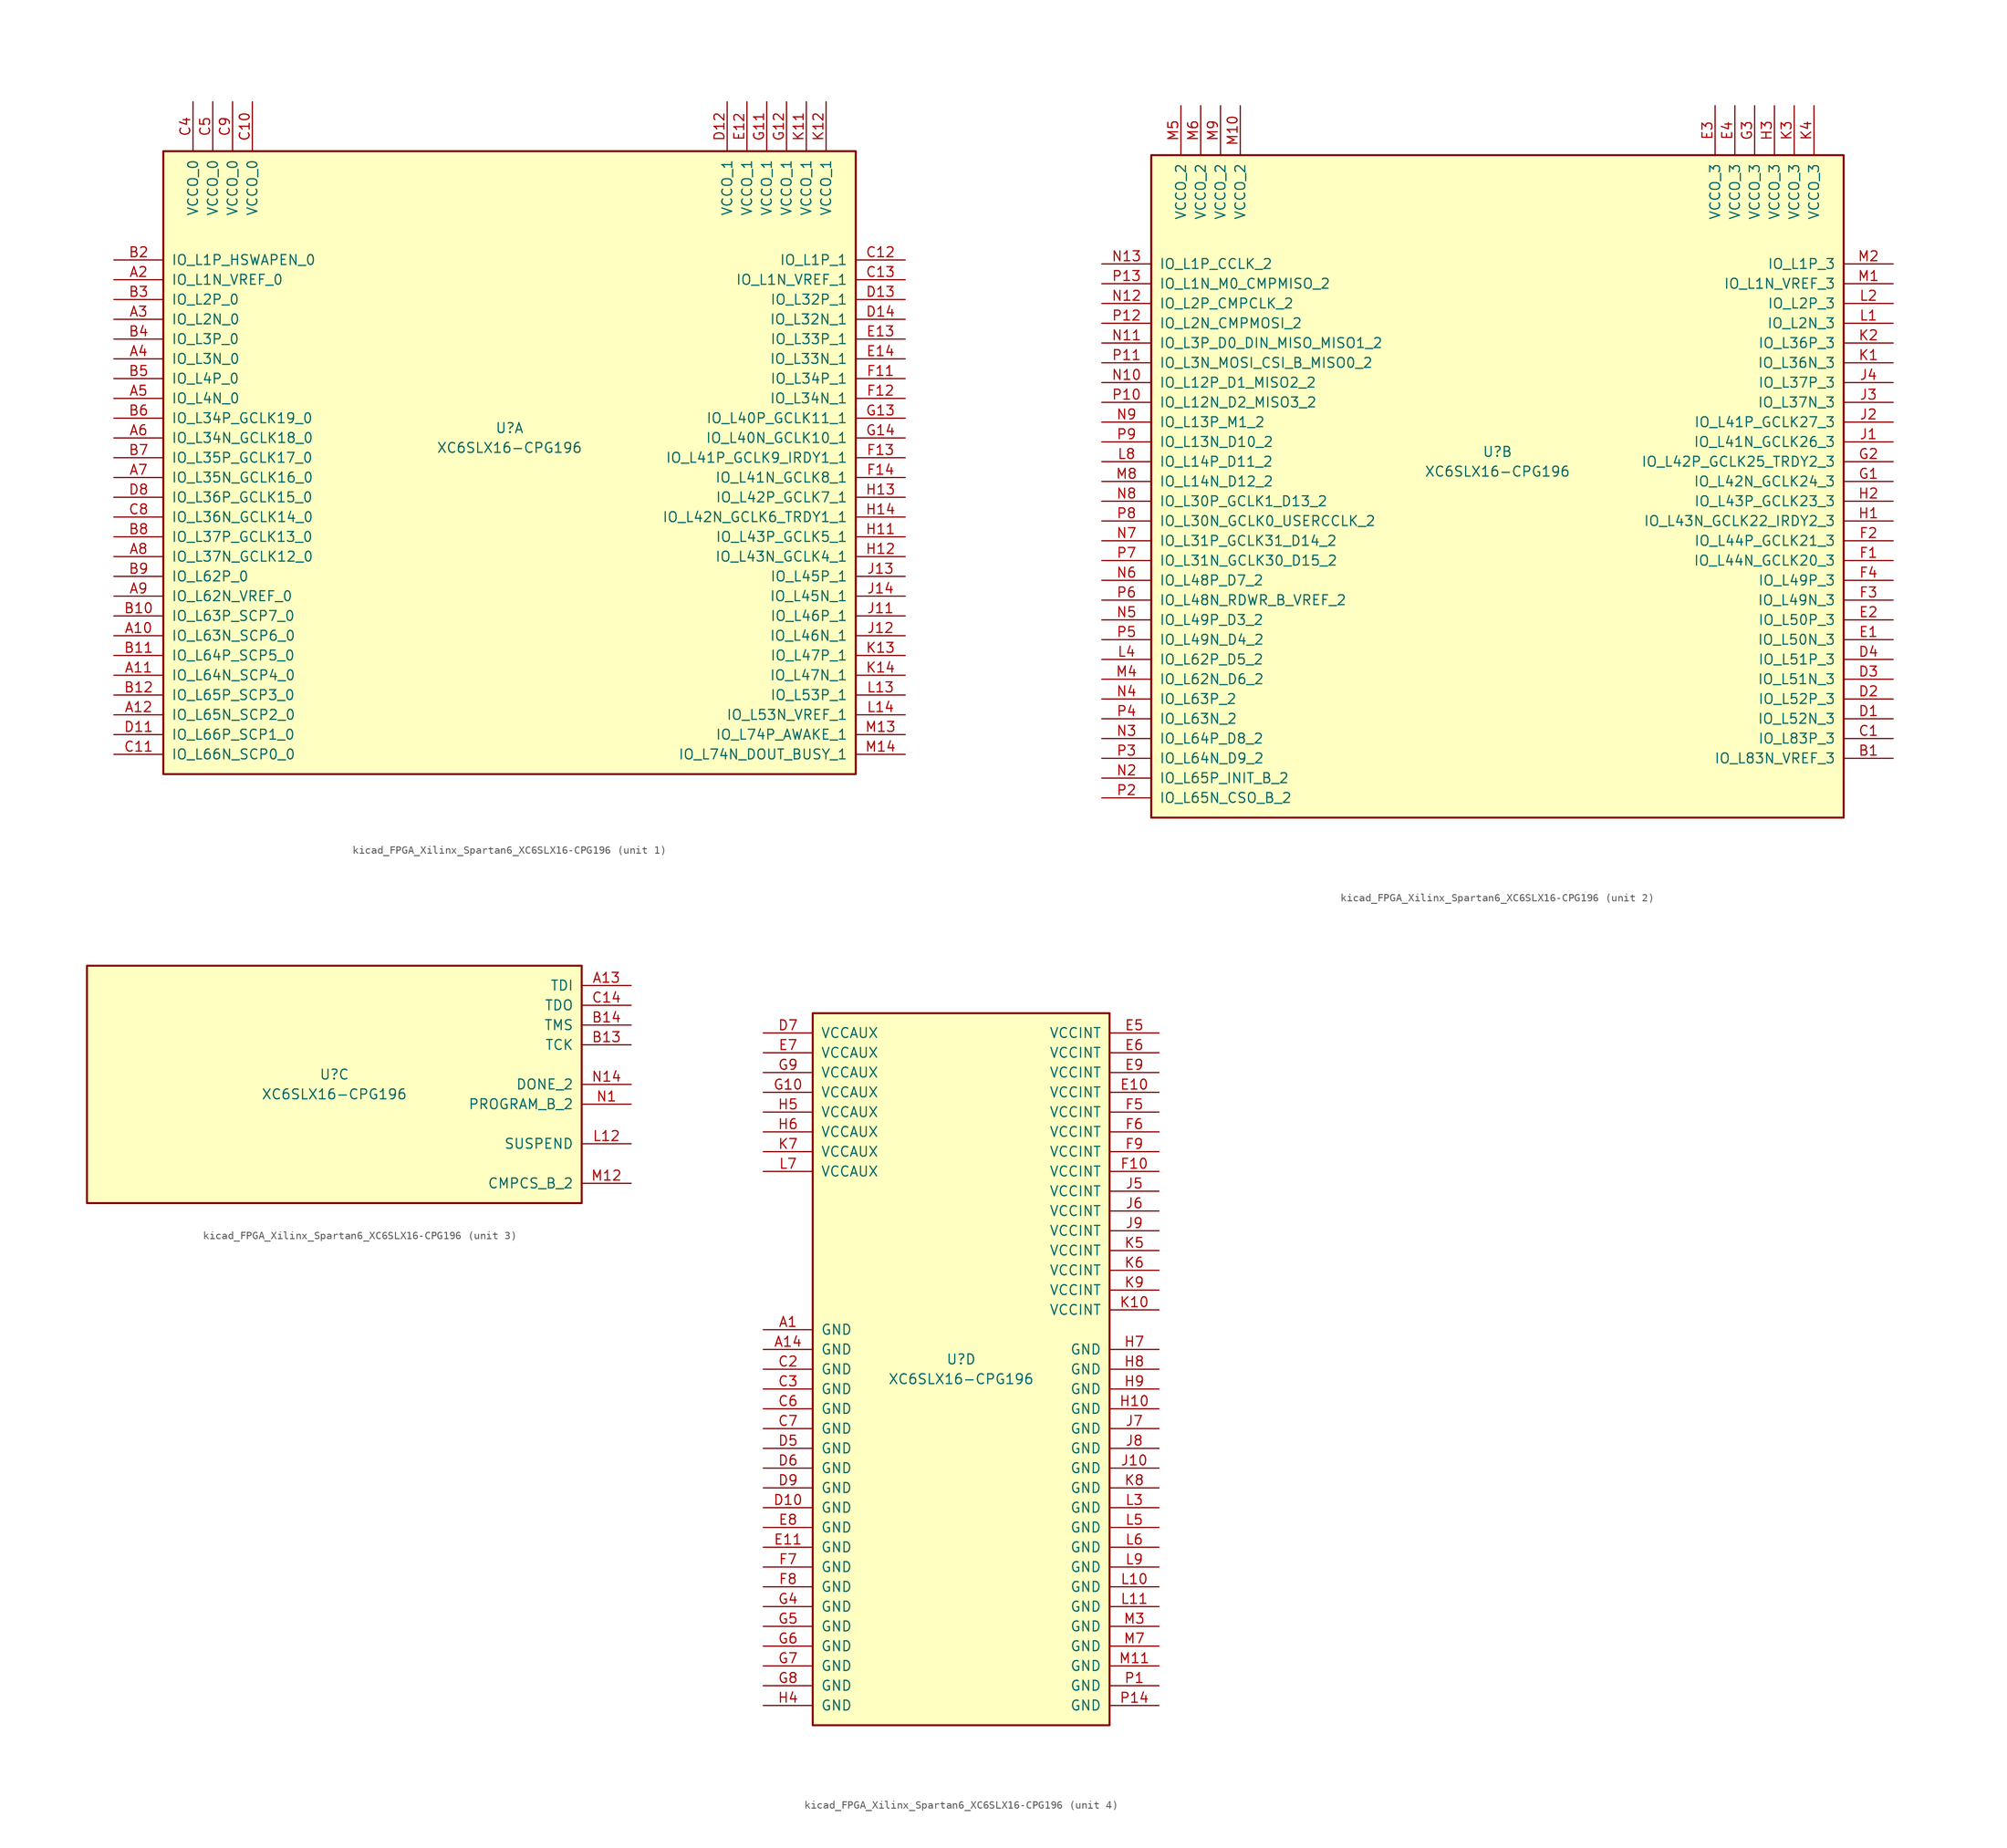
<source format=kicad_sym>
(kicad_symbol_lib
  (version 20220914)
  (generator kicad_symbol_editor)
  (symbol "kicad_FPGA_Xilinx_Spartan6_XC6SLX16-CPG196"
    (pin_names
      (offset 1.016))
    (property "Reference" "U"
      (at 0 1.27 0)
      (effects (font (size 1.27 1.27))))
    (property "Value" "XC6SLX16-CPG196"
      (at 0 -1.27 0)
      (effects (font (size 1.27 1.27))))
    (property "Datasheet" ""
      (at 0 0 0)
      (effects (font (size 1.27 1.27))))
    (property "ki_locked" ""
      (at 0 0 0)
      (effects (font (size 1.27 1.27))))
    (symbol "kicad_FPGA_Xilinx_Spartan6_XC6SLX16-CPG196_1_1"
      (rectangle (start -44.45 36.83) (end 44.45 -43.18) (stroke (width 0.254) (type default)) (fill (type background)))
      (pin bidirectional line (at -50.8 -25.4 0) (length 6.35) (name "IO_L63N_SCP6_0" (effects (font (size 1.27 1.27)))) (number "A10" (effects (font (size 1.27 1.27)))))
      (pin bidirectional line (at -50.8 -30.48 0) (length 6.35) (name "IO_L64N_SCP4_0" (effects (font (size 1.27 1.27)))) (number "A11" (effects (font (size 1.27 1.27)))))
      (pin bidirectional line (at -50.8 -35.56 0) (length 6.35) (name "IO_L65N_SCP2_0" (effects (font (size 1.27 1.27)))) (number "A12" (effects (font (size 1.27 1.27)))))
      (pin bidirectional line (at -50.8 20.32 0) (length 6.35) (name "IO_L1N_VREF_0" (effects (font (size 1.27 1.27)))) (number "A2" (effects (font (size 1.27 1.27)))))
      (pin bidirectional line (at -50.8 15.24 0) (length 6.35) (name "IO_L2N_0" (effects (font (size 1.27 1.27)))) (number "A3" (effects (font (size 1.27 1.27)))))
      (pin bidirectional line (at -50.8 10.16 0) (length 6.35) (name "IO_L3N_0" (effects (font (size 1.27 1.27)))) (number "A4" (effects (font (size 1.27 1.27)))))
      (pin bidirectional line (at -50.8 5.08 0) (length 6.35) (name "IO_L4N_0" (effects (font (size 1.27 1.27)))) (number "A5" (effects (font (size 1.27 1.27)))))
      (pin bidirectional line (at -50.8 0 0) (length 6.35) (name "IO_L34N_GCLK18_0" (effects (font (size 1.27 1.27)))) (number "A6" (effects (font (size 1.27 1.27)))))
      (pin bidirectional line (at -50.8 -5.08 0) (length 6.35) (name "IO_L35N_GCLK16_0" (effects (font (size 1.27 1.27)))) (number "A7" (effects (font (size 1.27 1.27)))))
      (pin bidirectional line (at -50.8 -15.24 0) (length 6.35) (name "IO_L37N_GCLK12_0" (effects (font (size 1.27 1.27)))) (number "A8" (effects (font (size 1.27 1.27)))))
      (pin bidirectional line (at -50.8 -20.32 0) (length 6.35) (name "IO_L62N_VREF_0" (effects (font (size 1.27 1.27)))) (number "A9" (effects (font (size 1.27 1.27)))))
      (pin bidirectional line (at -50.8 -22.86 0) (length 6.35) (name "IO_L63P_SCP7_0" (effects (font (size 1.27 1.27)))) (number "B10" (effects (font (size 1.27 1.27)))))
      (pin bidirectional line (at -50.8 -27.94 0) (length 6.35) (name "IO_L64P_SCP5_0" (effects (font (size 1.27 1.27)))) (number "B11" (effects (font (size 1.27 1.27)))))
      (pin bidirectional line (at -50.8 -33.02 0) (length 6.35) (name "IO_L65P_SCP3_0" (effects (font (size 1.27 1.27)))) (number "B12" (effects (font (size 1.27 1.27)))))
      (pin bidirectional line (at -50.8 22.86 0) (length 6.35) (name "IO_L1P_HSWAPEN_0" (effects (font (size 1.27 1.27)))) (number "B2" (effects (font (size 1.27 1.27)))))
      (pin bidirectional line (at -50.8 17.78 0) (length 6.35) (name "IO_L2P_0" (effects (font (size 1.27 1.27)))) (number "B3" (effects (font (size 1.27 1.27)))))
      (pin bidirectional line (at -50.8 12.7 0) (length 6.35) (name "IO_L3P_0" (effects (font (size 1.27 1.27)))) (number "B4" (effects (font (size 1.27 1.27)))))
      (pin bidirectional line (at -50.8 7.62 0) (length 6.35) (name "IO_L4P_0" (effects (font (size 1.27 1.27)))) (number "B5" (effects (font (size 1.27 1.27)))))
      (pin bidirectional line (at -50.8 2.54 0) (length 6.35) (name "IO_L34P_GCLK19_0" (effects (font (size 1.27 1.27)))) (number "B6" (effects (font (size 1.27 1.27)))))
      (pin bidirectional line (at -50.8 -2.54 0) (length 6.35) (name "IO_L35P_GCLK17_0" (effects (font (size 1.27 1.27)))) (number "B7" (effects (font (size 1.27 1.27)))))
      (pin bidirectional line (at -50.8 -12.7 0) (length 6.35) (name "IO_L37P_GCLK13_0" (effects (font (size 1.27 1.27)))) (number "B8" (effects (font (size 1.27 1.27)))))
      (pin bidirectional line (at -50.8 -17.78 0) (length 6.35) (name "IO_L62P_0" (effects (font (size 1.27 1.27)))) (number "B9" (effects (font (size 1.27 1.27)))))
      (pin power_in line (at -33.02 43.18 270) (length 6.35) (name "VCCO_0" (effects (font (size 1.27 1.27)))) (number "C10" (effects (font (size 1.27 1.27)))))
      (pin bidirectional line (at -50.8 -40.64 0) (length 6.35) (name "IO_L66N_SCP0_0" (effects (font (size 1.27 1.27)))) (number "C11" (effects (font (size 1.27 1.27)))))
      (pin bidirectional line (at 50.8 22.86 180) (length 6.35) (name "IO_L1P_1" (effects (font (size 1.27 1.27)))) (number "C12" (effects (font (size 1.27 1.27)))))
      (pin bidirectional line (at 50.8 20.32 180) (length 6.35) (name "IO_L1N_VREF_1" (effects (font (size 1.27 1.27)))) (number "C13" (effects (font (size 1.27 1.27)))))
      (pin power_in line (at -40.64 43.18 270) (length 6.35) (name "VCCO_0" (effects (font (size 1.27 1.27)))) (number "C4" (effects (font (size 1.27 1.27)))))
      (pin power_in line (at -38.1 43.18 270) (length 6.35) (name "VCCO_0" (effects (font (size 1.27 1.27)))) (number "C5" (effects (font (size 1.27 1.27)))))
      (pin bidirectional line (at -50.8 -10.16 0) (length 6.35) (name "IO_L36N_GCLK14_0" (effects (font (size 1.27 1.27)))) (number "C8" (effects (font (size 1.27 1.27)))))
      (pin power_in line (at -35.56 43.18 270) (length 6.35) (name "VCCO_0" (effects (font (size 1.27 1.27)))) (number "C9" (effects (font (size 1.27 1.27)))))
      (pin bidirectional line (at -50.8 -38.1 0) (length 6.35) (name "IO_L66P_SCP1_0" (effects (font (size 1.27 1.27)))) (number "D11" (effects (font (size 1.27 1.27)))))
      (pin power_in line (at 27.94 43.18 270) (length 6.35) (name "VCCO_1" (effects (font (size 1.27 1.27)))) (number "D12" (effects (font (size 1.27 1.27)))))
      (pin bidirectional line (at 50.8 17.78 180) (length 6.35) (name "IO_L32P_1" (effects (font (size 1.27 1.27)))) (number "D13" (effects (font (size 1.27 1.27)))))
      (pin bidirectional line (at 50.8 15.24 180) (length 6.35) (name "IO_L32N_1" (effects (font (size 1.27 1.27)))) (number "D14" (effects (font (size 1.27 1.27)))))
      (pin bidirectional line (at -50.8 -7.62 0) (length 6.35) (name "IO_L36P_GCLK15_0" (effects (font (size 1.27 1.27)))) (number "D8" (effects (font (size 1.27 1.27)))))
      (pin power_in line (at 30.48 43.18 270) (length 6.35) (name "VCCO_1" (effects (font (size 1.27 1.27)))) (number "E12" (effects (font (size 1.27 1.27)))))
      (pin bidirectional line (at 50.8 12.7 180) (length 6.35) (name "IO_L33P_1" (effects (font (size 1.27 1.27)))) (number "E13" (effects (font (size 1.27 1.27)))))
      (pin bidirectional line (at 50.8 10.16 180) (length 6.35) (name "IO_L33N_1" (effects (font (size 1.27 1.27)))) (number "E14" (effects (font (size 1.27 1.27)))))
      (pin bidirectional line (at 50.8 7.62 180) (length 6.35) (name "IO_L34P_1" (effects (font (size 1.27 1.27)))) (number "F11" (effects (font (size 1.27 1.27)))))
      (pin bidirectional line (at 50.8 5.08 180) (length 6.35) (name "IO_L34N_1" (effects (font (size 1.27 1.27)))) (number "F12" (effects (font (size 1.27 1.27)))))
      (pin bidirectional line (at 50.8 -2.54 180) (length 6.35) (name "IO_L41P_GCLK9_IRDY1_1" (effects (font (size 1.27 1.27)))) (number "F13" (effects (font (size 1.27 1.27)))))
      (pin bidirectional line (at 50.8 -5.08 180) (length 6.35) (name "IO_L41N_GCLK8_1" (effects (font (size 1.27 1.27)))) (number "F14" (effects (font (size 1.27 1.27)))))
      (pin power_in line (at 33.02 43.18 270) (length 6.35) (name "VCCO_1" (effects (font (size 1.27 1.27)))) (number "G11" (effects (font (size 1.27 1.27)))))
      (pin power_in line (at 35.56 43.18 270) (length 6.35) (name "VCCO_1" (effects (font (size 1.27 1.27)))) (number "G12" (effects (font (size 1.27 1.27)))))
      (pin bidirectional line (at 50.8 2.54 180) (length 6.35) (name "IO_L40P_GCLK11_1" (effects (font (size 1.27 1.27)))) (number "G13" (effects (font (size 1.27 1.27)))))
      (pin bidirectional line (at 50.8 0 180) (length 6.35) (name "IO_L40N_GCLK10_1" (effects (font (size 1.27 1.27)))) (number "G14" (effects (font (size 1.27 1.27)))))
      (pin bidirectional line (at 50.8 -12.7 180) (length 6.35) (name "IO_L43P_GCLK5_1" (effects (font (size 1.27 1.27)))) (number "H11" (effects (font (size 1.27 1.27)))))
      (pin bidirectional line (at 50.8 -15.24 180) (length 6.35) (name "IO_L43N_GCLK4_1" (effects (font (size 1.27 1.27)))) (number "H12" (effects (font (size 1.27 1.27)))))
      (pin bidirectional line (at 50.8 -7.62 180) (length 6.35) (name "IO_L42P_GCLK7_1" (effects (font (size 1.27 1.27)))) (number "H13" (effects (font (size 1.27 1.27)))))
      (pin bidirectional line (at 50.8 -10.16 180) (length 6.35) (name "IO_L42N_GCLK6_TRDY1_1" (effects (font (size 1.27 1.27)))) (number "H14" (effects (font (size 1.27 1.27)))))
      (pin bidirectional line (at 50.8 -22.86 180) (length 6.35) (name "IO_L46P_1" (effects (font (size 1.27 1.27)))) (number "J11" (effects (font (size 1.27 1.27)))))
      (pin bidirectional line (at 50.8 -25.4 180) (length 6.35) (name "IO_L46N_1" (effects (font (size 1.27 1.27)))) (number "J12" (effects (font (size 1.27 1.27)))))
      (pin bidirectional line (at 50.8 -17.78 180) (length 6.35) (name "IO_L45P_1" (effects (font (size 1.27 1.27)))) (number "J13" (effects (font (size 1.27 1.27)))))
      (pin bidirectional line (at 50.8 -20.32 180) (length 6.35) (name "IO_L45N_1" (effects (font (size 1.27 1.27)))) (number "J14" (effects (font (size 1.27 1.27)))))
      (pin power_in line (at 38.1 43.18 270) (length 6.35) (name "VCCO_1" (effects (font (size 1.27 1.27)))) (number "K11" (effects (font (size 1.27 1.27)))))
      (pin power_in line (at 40.64 43.18 270) (length 6.35) (name "VCCO_1" (effects (font (size 1.27 1.27)))) (number "K12" (effects (font (size 1.27 1.27)))))
      (pin bidirectional line (at 50.8 -27.94 180) (length 6.35) (name "IO_L47P_1" (effects (font (size 1.27 1.27)))) (number "K13" (effects (font (size 1.27 1.27)))))
      (pin bidirectional line (at 50.8 -30.48 180) (length 6.35) (name "IO_L47N_1" (effects (font (size 1.27 1.27)))) (number "K14" (effects (font (size 1.27 1.27)))))
      (pin bidirectional line (at 50.8 -33.02 180) (length 6.35) (name "IO_L53P_1" (effects (font (size 1.27 1.27)))) (number "L13" (effects (font (size 1.27 1.27)))))
      (pin bidirectional line (at 50.8 -35.56 180) (length 6.35) (name "IO_L53N_VREF_1" (effects (font (size 1.27 1.27)))) (number "L14" (effects (font (size 1.27 1.27)))))
      (pin bidirectional line (at 50.8 -38.1 180) (length 6.35) (name "IO_L74P_AWAKE_1" (effects (font (size 1.27 1.27)))) (number "M13" (effects (font (size 1.27 1.27)))))
      (pin bidirectional line (at 50.8 -40.64 180) (length 6.35) (name "IO_L74N_DOUT_BUSY_1" (effects (font (size 1.27 1.27)))) (number "M14" (effects (font (size 1.27 1.27))))))
    (symbol "kicad_FPGA_Xilinx_Spartan6_XC6SLX16-CPG196_2_1"
      (rectangle (start -44.45 39.37) (end 44.45 -45.72) (stroke (width 0.254) (type default)) (fill (type background)))
      (pin bidirectional line (at 50.8 -38.1 180) (length 6.35) (name "IO_L83N_VREF_3" (effects (font (size 1.27 1.27)))) (number "B1" (effects (font (size 1.27 1.27)))))
      (pin bidirectional line (at 50.8 -35.56 180) (length 6.35) (name "IO_L83P_3" (effects (font (size 1.27 1.27)))) (number "C1" (effects (font (size 1.27 1.27)))))
      (pin bidirectional line (at 50.8 -33.02 180) (length 6.35) (name "IO_L52N_3" (effects (font (size 1.27 1.27)))) (number "D1" (effects (font (size 1.27 1.27)))))
      (pin bidirectional line (at 50.8 -30.48 180) (length 6.35) (name "IO_L52P_3" (effects (font (size 1.27 1.27)))) (number "D2" (effects (font (size 1.27 1.27)))))
      (pin bidirectional line (at 50.8 -27.94 180) (length 6.35) (name "IO_L51N_3" (effects (font (size 1.27 1.27)))) (number "D3" (effects (font (size 1.27 1.27)))))
      (pin bidirectional line (at 50.8 -25.4 180) (length 6.35) (name "IO_L51P_3" (effects (font (size 1.27 1.27)))) (number "D4" (effects (font (size 1.27 1.27)))))
      (pin bidirectional line (at 50.8 -22.86 180) (length 6.35) (name "IO_L50N_3" (effects (font (size 1.27 1.27)))) (number "E1" (effects (font (size 1.27 1.27)))))
      (pin bidirectional line (at 50.8 -20.32 180) (length 6.35) (name "IO_L50P_3" (effects (font (size 1.27 1.27)))) (number "E2" (effects (font (size 1.27 1.27)))))
      (pin power_in line (at 27.94 45.72 270) (length 6.35) (name "VCCO_3" (effects (font (size 1.27 1.27)))) (number "E3" (effects (font (size 1.27 1.27)))))
      (pin power_in line (at 30.48 45.72 270) (length 6.35) (name "VCCO_3" (effects (font (size 1.27 1.27)))) (number "E4" (effects (font (size 1.27 1.27)))))
      (pin bidirectional line (at 50.8 -12.7 180) (length 6.35) (name "IO_L44N_GCLK20_3" (effects (font (size 1.27 1.27)))) (number "F1" (effects (font (size 1.27 1.27)))))
      (pin bidirectional line (at 50.8 -10.16 180) (length 6.35) (name "IO_L44P_GCLK21_3" (effects (font (size 1.27 1.27)))) (number "F2" (effects (font (size 1.27 1.27)))))
      (pin bidirectional line (at 50.8 -17.78 180) (length 6.35) (name "IO_L49N_3" (effects (font (size 1.27 1.27)))) (number "F3" (effects (font (size 1.27 1.27)))))
      (pin bidirectional line (at 50.8 -15.24 180) (length 6.35) (name "IO_L49P_3" (effects (font (size 1.27 1.27)))) (number "F4" (effects (font (size 1.27 1.27)))))
      (pin bidirectional line (at 50.8 -2.54 180) (length 6.35) (name "IO_L42N_GCLK24_3" (effects (font (size 1.27 1.27)))) (number "G1" (effects (font (size 1.27 1.27)))))
      (pin bidirectional line (at 50.8 0 180) (length 6.35) (name "IO_L42P_GCLK25_TRDY2_3" (effects (font (size 1.27 1.27)))) (number "G2" (effects (font (size 1.27 1.27)))))
      (pin power_in line (at 33.02 45.72 270) (length 6.35) (name "VCCO_3" (effects (font (size 1.27 1.27)))) (number "G3" (effects (font (size 1.27 1.27)))))
      (pin bidirectional line (at 50.8 -7.62 180) (length 6.35) (name "IO_L43N_GCLK22_IRDY2_3" (effects (font (size 1.27 1.27)))) (number "H1" (effects (font (size 1.27 1.27)))))
      (pin bidirectional line (at 50.8 -5.08 180) (length 6.35) (name "IO_L43P_GCLK23_3" (effects (font (size 1.27 1.27)))) (number "H2" (effects (font (size 1.27 1.27)))))
      (pin power_in line (at 35.56 45.72 270) (length 6.35) (name "VCCO_3" (effects (font (size 1.27 1.27)))) (number "H3" (effects (font (size 1.27 1.27)))))
      (pin bidirectional line (at 50.8 2.54 180) (length 6.35) (name "IO_L41N_GCLK26_3" (effects (font (size 1.27 1.27)))) (number "J1" (effects (font (size 1.27 1.27)))))
      (pin bidirectional line (at 50.8 5.08 180) (length 6.35) (name "IO_L41P_GCLK27_3" (effects (font (size 1.27 1.27)))) (number "J2" (effects (font (size 1.27 1.27)))))
      (pin bidirectional line (at 50.8 7.62 180) (length 6.35) (name "IO_L37N_3" (effects (font (size 1.27 1.27)))) (number "J3" (effects (font (size 1.27 1.27)))))
      (pin bidirectional line (at 50.8 10.16 180) (length 6.35) (name "IO_L37P_3" (effects (font (size 1.27 1.27)))) (number "J4" (effects (font (size 1.27 1.27)))))
      (pin bidirectional line (at 50.8 12.7 180) (length 6.35) (name "IO_L36N_3" (effects (font (size 1.27 1.27)))) (number "K1" (effects (font (size 1.27 1.27)))))
      (pin bidirectional line (at 50.8 15.24 180) (length 6.35) (name "IO_L36P_3" (effects (font (size 1.27 1.27)))) (number "K2" (effects (font (size 1.27 1.27)))))
      (pin power_in line (at 38.1 45.72 270) (length 6.35) (name "VCCO_3" (effects (font (size 1.27 1.27)))) (number "K3" (effects (font (size 1.27 1.27)))))
      (pin power_in line (at 40.64 45.72 270) (length 6.35) (name "VCCO_3" (effects (font (size 1.27 1.27)))) (number "K4" (effects (font (size 1.27 1.27)))))
      (pin bidirectional line (at 50.8 17.78 180) (length 6.35) (name "IO_L2N_3" (effects (font (size 1.27 1.27)))) (number "L1" (effects (font (size 1.27 1.27)))))
      (pin bidirectional line (at 50.8 20.32 180) (length 6.35) (name "IO_L2P_3" (effects (font (size 1.27 1.27)))) (number "L2" (effects (font (size 1.27 1.27)))))
      (pin bidirectional line (at -50.8 -25.4 0) (length 6.35) (name "IO_L62P_D5_2" (effects (font (size 1.27 1.27)))) (number "L4" (effects (font (size 1.27 1.27)))))
      (pin bidirectional line (at -50.8 0 0) (length 6.35) (name "IO_L14P_D11_2" (effects (font (size 1.27 1.27)))) (number "L8" (effects (font (size 1.27 1.27)))))
      (pin bidirectional line (at 50.8 22.86 180) (length 6.35) (name "IO_L1N_VREF_3" (effects (font (size 1.27 1.27)))) (number "M1" (effects (font (size 1.27 1.27)))))
      (pin power_in line (at -33.02 45.72 270) (length 6.35) (name "VCCO_2" (effects (font (size 1.27 1.27)))) (number "M10" (effects (font (size 1.27 1.27)))))
      (pin bidirectional line (at 50.8 25.4 180) (length 6.35) (name "IO_L1P_3" (effects (font (size 1.27 1.27)))) (number "M2" (effects (font (size 1.27 1.27)))))
      (pin bidirectional line (at -50.8 -27.94 0) (length 6.35) (name "IO_L62N_D6_2" (effects (font (size 1.27 1.27)))) (number "M4" (effects (font (size 1.27 1.27)))))
      (pin power_in line (at -40.64 45.72 270) (length 6.35) (name "VCCO_2" (effects (font (size 1.27 1.27)))) (number "M5" (effects (font (size 1.27 1.27)))))
      (pin power_in line (at -38.1 45.72 270) (length 6.35) (name "VCCO_2" (effects (font (size 1.27 1.27)))) (number "M6" (effects (font (size 1.27 1.27)))))
      (pin bidirectional line (at -50.8 -2.54 0) (length 6.35) (name "IO_L14N_D12_2" (effects (font (size 1.27 1.27)))) (number "M8" (effects (font (size 1.27 1.27)))))
      (pin power_in line (at -35.56 45.72 270) (length 6.35) (name "VCCO_2" (effects (font (size 1.27 1.27)))) (number "M9" (effects (font (size 1.27 1.27)))))
      (pin bidirectional line (at -50.8 10.16 0) (length 6.35) (name "IO_L12P_D1_MISO2_2" (effects (font (size 1.27 1.27)))) (number "N10" (effects (font (size 1.27 1.27)))))
      (pin bidirectional line (at -50.8 15.24 0) (length 6.35) (name "IO_L3P_D0_DIN_MISO_MISO1_2" (effects (font (size 1.27 1.27)))) (number "N11" (effects (font (size 1.27 1.27)))))
      (pin bidirectional line (at -50.8 20.32 0) (length 6.35) (name "IO_L2P_CMPCLK_2" (effects (font (size 1.27 1.27)))) (number "N12" (effects (font (size 1.27 1.27)))))
      (pin bidirectional line (at -50.8 25.4 0) (length 6.35) (name "IO_L1P_CCLK_2" (effects (font (size 1.27 1.27)))) (number "N13" (effects (font (size 1.27 1.27)))))
      (pin bidirectional line (at -50.8 -40.64 0) (length 6.35) (name "IO_L65P_INIT_B_2" (effects (font (size 1.27 1.27)))) (number "N2" (effects (font (size 1.27 1.27)))))
      (pin bidirectional line (at -50.8 -35.56 0) (length 6.35) (name "IO_L64P_D8_2" (effects (font (size 1.27 1.27)))) (number "N3" (effects (font (size 1.27 1.27)))))
      (pin bidirectional line (at -50.8 -30.48 0) (length 6.35) (name "IO_L63P_2" (effects (font (size 1.27 1.27)))) (number "N4" (effects (font (size 1.27 1.27)))))
      (pin bidirectional line (at -50.8 -20.32 0) (length 6.35) (name "IO_L49P_D3_2" (effects (font (size 1.27 1.27)))) (number "N5" (effects (font (size 1.27 1.27)))))
      (pin bidirectional line (at -50.8 -15.24 0) (length 6.35) (name "IO_L48P_D7_2" (effects (font (size 1.27 1.27)))) (number "N6" (effects (font (size 1.27 1.27)))))
      (pin bidirectional line (at -50.8 -10.16 0) (length 6.35) (name "IO_L31P_GCLK31_D14_2" (effects (font (size 1.27 1.27)))) (number "N7" (effects (font (size 1.27 1.27)))))
      (pin bidirectional line (at -50.8 -5.08 0) (length 6.35) (name "IO_L30P_GCLK1_D13_2" (effects (font (size 1.27 1.27)))) (number "N8" (effects (font (size 1.27 1.27)))))
      (pin bidirectional line (at -50.8 5.08 0) (length 6.35) (name "IO_L13P_M1_2" (effects (font (size 1.27 1.27)))) (number "N9" (effects (font (size 1.27 1.27)))))
      (pin bidirectional line (at -50.8 7.62 0) (length 6.35) (name "IO_L12N_D2_MISO3_2" (effects (font (size 1.27 1.27)))) (number "P10" (effects (font (size 1.27 1.27)))))
      (pin bidirectional line (at -50.8 12.7 0) (length 6.35) (name "IO_L3N_MOSI_CSI_B_MISO0_2" (effects (font (size 1.27 1.27)))) (number "P11" (effects (font (size 1.27 1.27)))))
      (pin bidirectional line (at -50.8 17.78 0) (length 6.35) (name "IO_L2N_CMPMOSI_2" (effects (font (size 1.27 1.27)))) (number "P12" (effects (font (size 1.27 1.27)))))
      (pin bidirectional line (at -50.8 22.86 0) (length 6.35) (name "IO_L1N_M0_CMPMISO_2" (effects (font (size 1.27 1.27)))) (number "P13" (effects (font (size 1.27 1.27)))))
      (pin bidirectional line (at -50.8 -43.18 0) (length 6.35) (name "IO_L65N_CSO_B_2" (effects (font (size 1.27 1.27)))) (number "P2" (effects (font (size 1.27 1.27)))))
      (pin bidirectional line (at -50.8 -38.1 0) (length 6.35) (name "IO_L64N_D9_2" (effects (font (size 1.27 1.27)))) (number "P3" (effects (font (size 1.27 1.27)))))
      (pin bidirectional line (at -50.8 -33.02 0) (length 6.35) (name "IO_L63N_2" (effects (font (size 1.27 1.27)))) (number "P4" (effects (font (size 1.27 1.27)))))
      (pin bidirectional line (at -50.8 -22.86 0) (length 6.35) (name "IO_L49N_D4_2" (effects (font (size 1.27 1.27)))) (number "P5" (effects (font (size 1.27 1.27)))))
      (pin bidirectional line (at -50.8 -17.78 0) (length 6.35) (name "IO_L48N_RDWR_B_VREF_2" (effects (font (size 1.27 1.27)))) (number "P6" (effects (font (size 1.27 1.27)))))
      (pin bidirectional line (at -50.8 -12.7 0) (length 6.35) (name "IO_L31N_GCLK30_D15_2" (effects (font (size 1.27 1.27)))) (number "P7" (effects (font (size 1.27 1.27)))))
      (pin bidirectional line (at -50.8 -7.62 0) (length 6.35) (name "IO_L30N_GCLK0_USERCCLK_2" (effects (font (size 1.27 1.27)))) (number "P8" (effects (font (size 1.27 1.27)))))
      (pin bidirectional line (at -50.8 2.54 0) (length 6.35) (name "IO_L13N_D10_2" (effects (font (size 1.27 1.27)))) (number "P9" (effects (font (size 1.27 1.27))))))
    (symbol "kicad_FPGA_Xilinx_Spartan6_XC6SLX16-CPG196_3_1"
      (rectangle (start -31.75 15.24) (end 31.75 -15.24) (stroke (width 0.254) (type default)) (fill (type background)))
      (pin bidirectional line (at 38.1 12.7 180) (length 6.35) (name "TDI" (effects (font (size 1.27 1.27)))) (number "A13" (effects (font (size 1.27 1.27)))))
      (pin bidirectional line (at 38.1 5.08 180) (length 6.35) (name "TCK" (effects (font (size 1.27 1.27)))) (number "B13" (effects (font (size 1.27 1.27)))))
      (pin bidirectional line (at 38.1 7.62 180) (length 6.35) (name "TMS" (effects (font (size 1.27 1.27)))) (number "B14" (effects (font (size 1.27 1.27)))))
      (pin bidirectional line (at 38.1 10.16 180) (length 6.35) (name "TDO" (effects (font (size 1.27 1.27)))) (number "C14" (effects (font (size 1.27 1.27)))))
      (pin bidirectional line (at 38.1 -7.62 180) (length 6.35) (name "SUSPEND" (effects (font (size 1.27 1.27)))) (number "L12" (effects (font (size 1.27 1.27)))))
      (pin bidirectional line (at 38.1 -12.7 180) (length 6.35) (name "CMPCS_B_2" (effects (font (size 1.27 1.27)))) (number "M12" (effects (font (size 1.27 1.27)))))
      (pin bidirectional line (at 38.1 -2.54 180) (length 6.35) (name "PROGRAM_B_2" (effects (font (size 1.27 1.27)))) (number "N1" (effects (font (size 1.27 1.27)))))
      (pin bidirectional line (at 38.1 0 180) (length 6.35) (name "DONE_2" (effects (font (size 1.27 1.27)))) (number "N14" (effects (font (size 1.27 1.27))))))
    (symbol "kicad_FPGA_Xilinx_Spartan6_XC6SLX16-CPG196_4_1"
      (rectangle (start -19.05 45.72) (end 19.05 -45.72) (stroke (width 0.254) (type default)) (fill (type background)))
      (pin power_in line (at -25.4 5.08 0) (length 6.35) (name "GND" (effects (font (size 1.27 1.27)))) (number "A1" (effects (font (size 1.27 1.27)))))
      (pin power_in line (at -25.4 2.54 0) (length 6.35) (name "GND" (effects (font (size 1.27 1.27)))) (number "A14" (effects (font (size 1.27 1.27)))))
      (pin power_in line (at -25.4 0 0) (length 6.35) (name "GND" (effects (font (size 1.27 1.27)))) (number "C2" (effects (font (size 1.27 1.27)))))
      (pin power_in line (at -25.4 -2.54 0) (length 6.35) (name "GND" (effects (font (size 1.27 1.27)))) (number "C3" (effects (font (size 1.27 1.27)))))
      (pin power_in line (at -25.4 -5.08 0) (length 6.35) (name "GND" (effects (font (size 1.27 1.27)))) (number "C6" (effects (font (size 1.27 1.27)))))
      (pin power_in line (at -25.4 -7.62 0) (length 6.35) (name "GND" (effects (font (size 1.27 1.27)))) (number "C7" (effects (font (size 1.27 1.27)))))
      (pin power_in line (at -25.4 -17.78 0) (length 6.35) (name "GND" (effects (font (size 1.27 1.27)))) (number "D10" (effects (font (size 1.27 1.27)))))
      (pin power_in line (at -25.4 -10.16 0) (length 6.35) (name "GND" (effects (font (size 1.27 1.27)))) (number "D5" (effects (font (size 1.27 1.27)))))
      (pin power_in line (at -25.4 -12.7 0) (length 6.35) (name "GND" (effects (font (size 1.27 1.27)))) (number "D6" (effects (font (size 1.27 1.27)))))
      (pin power_in line (at -25.4 43.18 0) (length 6.35) (name "VCCAUX" (effects (font (size 1.27 1.27)))) (number "D7" (effects (font (size 1.27 1.27)))))
      (pin power_in line (at -25.4 -15.24 0) (length 6.35) (name "GND" (effects (font (size 1.27 1.27)))) (number "D9" (effects (font (size 1.27 1.27)))))
      (pin power_in line (at 25.4 35.56 180) (length 6.35) (name "VCCINT" (effects (font (size 1.27 1.27)))) (number "E10" (effects (font (size 1.27 1.27)))))
      (pin power_in line (at -25.4 -22.86 0) (length 6.35) (name "GND" (effects (font (size 1.27 1.27)))) (number "E11" (effects (font (size 1.27 1.27)))))
      (pin power_in line (at 25.4 43.18 180) (length 6.35) (name "VCCINT" (effects (font (size 1.27 1.27)))) (number "E5" (effects (font (size 1.27 1.27)))))
      (pin power_in line (at 25.4 40.64 180) (length 6.35) (name "VCCINT" (effects (font (size 1.27 1.27)))) (number "E6" (effects (font (size 1.27 1.27)))))
      (pin power_in line (at -25.4 40.64 0) (length 6.35) (name "VCCAUX" (effects (font (size 1.27 1.27)))) (number "E7" (effects (font (size 1.27 1.27)))))
      (pin power_in line (at -25.4 -20.32 0) (length 6.35) (name "GND" (effects (font (size 1.27 1.27)))) (number "E8" (effects (font (size 1.27 1.27)))))
      (pin power_in line (at 25.4 38.1 180) (length 6.35) (name "VCCINT" (effects (font (size 1.27 1.27)))) (number "E9" (effects (font (size 1.27 1.27)))))
      (pin power_in line (at 25.4 25.4 180) (length 6.35) (name "VCCINT" (effects (font (size 1.27 1.27)))) (number "F10" (effects (font (size 1.27 1.27)))))
      (pin power_in line (at 25.4 33.02 180) (length 6.35) (name "VCCINT" (effects (font (size 1.27 1.27)))) (number "F5" (effects (font (size 1.27 1.27)))))
      (pin power_in line (at 25.4 30.48 180) (length 6.35) (name "VCCINT" (effects (font (size 1.27 1.27)))) (number "F6" (effects (font (size 1.27 1.27)))))
      (pin power_in line (at -25.4 -25.4 0) (length 6.35) (name "GND" (effects (font (size 1.27 1.27)))) (number "F7" (effects (font (size 1.27 1.27)))))
      (pin power_in line (at -25.4 -27.94 0) (length 6.35) (name "GND" (effects (font (size 1.27 1.27)))) (number "F8" (effects (font (size 1.27 1.27)))))
      (pin power_in line (at 25.4 27.94 180) (length 6.35) (name "VCCINT" (effects (font (size 1.27 1.27)))) (number "F9" (effects (font (size 1.27 1.27)))))
      (pin power_in line (at -25.4 35.56 0) (length 6.35) (name "VCCAUX" (effects (font (size 1.27 1.27)))) (number "G10" (effects (font (size 1.27 1.27)))))
      (pin power_in line (at -25.4 -30.48 0) (length 6.35) (name "GND" (effects (font (size 1.27 1.27)))) (number "G4" (effects (font (size 1.27 1.27)))))
      (pin power_in line (at -25.4 -33.02 0) (length 6.35) (name "GND" (effects (font (size 1.27 1.27)))) (number "G5" (effects (font (size 1.27 1.27)))))
      (pin power_in line (at -25.4 -35.56 0) (length 6.35) (name "GND" (effects (font (size 1.27 1.27)))) (number "G6" (effects (font (size 1.27 1.27)))))
      (pin power_in line (at -25.4 -38.1 0) (length 6.35) (name "GND" (effects (font (size 1.27 1.27)))) (number "G7" (effects (font (size 1.27 1.27)))))
      (pin power_in line (at -25.4 -40.64 0) (length 6.35) (name "GND" (effects (font (size 1.27 1.27)))) (number "G8" (effects (font (size 1.27 1.27)))))
      (pin power_in line (at -25.4 38.1 0) (length 6.35) (name "VCCAUX" (effects (font (size 1.27 1.27)))) (number "G9" (effects (font (size 1.27 1.27)))))
      (pin power_in line (at 25.4 -5.08 180) (length 6.35) (name "GND" (effects (font (size 1.27 1.27)))) (number "H10" (effects (font (size 1.27 1.27)))))
      (pin power_in line (at -25.4 -43.18 0) (length 6.35) (name "GND" (effects (font (size 1.27 1.27)))) (number "H4" (effects (font (size 1.27 1.27)))))
      (pin power_in line (at -25.4 33.02 0) (length 6.35) (name "VCCAUX" (effects (font (size 1.27 1.27)))) (number "H5" (effects (font (size 1.27 1.27)))))
      (pin power_in line (at -25.4 30.48 0) (length 6.35) (name "VCCAUX" (effects (font (size 1.27 1.27)))) (number "H6" (effects (font (size 1.27 1.27)))))
      (pin power_in line (at 25.4 2.54 180) (length 6.35) (name "GND" (effects (font (size 1.27 1.27)))) (number "H7" (effects (font (size 1.27 1.27)))))
      (pin power_in line (at 25.4 0 180) (length 6.35) (name "GND" (effects (font (size 1.27 1.27)))) (number "H8" (effects (font (size 1.27 1.27)))))
      (pin power_in line (at 25.4 -2.54 180) (length 6.35) (name "GND" (effects (font (size 1.27 1.27)))) (number "H9" (effects (font (size 1.27 1.27)))))
      (pin power_in line (at 25.4 -12.7 180) (length 6.35) (name "GND" (effects (font (size 1.27 1.27)))) (number "J10" (effects (font (size 1.27 1.27)))))
      (pin power_in line (at 25.4 22.86 180) (length 6.35) (name "VCCINT" (effects (font (size 1.27 1.27)))) (number "J5" (effects (font (size 1.27 1.27)))))
      (pin power_in line (at 25.4 20.32 180) (length 6.35) (name "VCCINT" (effects (font (size 1.27 1.27)))) (number "J6" (effects (font (size 1.27 1.27)))))
      (pin power_in line (at 25.4 -7.62 180) (length 6.35) (name "GND" (effects (font (size 1.27 1.27)))) (number "J7" (effects (font (size 1.27 1.27)))))
      (pin power_in line (at 25.4 -10.16 180) (length 6.35) (name "GND" (effects (font (size 1.27 1.27)))) (number "J8" (effects (font (size 1.27 1.27)))))
      (pin power_in line (at 25.4 17.78 180) (length 6.35) (name "VCCINT" (effects (font (size 1.27 1.27)))) (number "J9" (effects (font (size 1.27 1.27)))))
      (pin power_in line (at 25.4 7.62 180) (length 6.35) (name "VCCINT" (effects (font (size 1.27 1.27)))) (number "K10" (effects (font (size 1.27 1.27)))))
      (pin power_in line (at 25.4 15.24 180) (length 6.35) (name "VCCINT" (effects (font (size 1.27 1.27)))) (number "K5" (effects (font (size 1.27 1.27)))))
      (pin power_in line (at 25.4 12.7 180) (length 6.35) (name "VCCINT" (effects (font (size 1.27 1.27)))) (number "K6" (effects (font (size 1.27 1.27)))))
      (pin power_in line (at -25.4 27.94 0) (length 6.35) (name "VCCAUX" (effects (font (size 1.27 1.27)))) (number "K7" (effects (font (size 1.27 1.27)))))
      (pin power_in line (at 25.4 -15.24 180) (length 6.35) (name "GND" (effects (font (size 1.27 1.27)))) (number "K8" (effects (font (size 1.27 1.27)))))
      (pin power_in line (at 25.4 10.16 180) (length 6.35) (name "VCCINT" (effects (font (size 1.27 1.27)))) (number "K9" (effects (font (size 1.27 1.27)))))
      (pin power_in line (at 25.4 -27.94 180) (length 6.35) (name "GND" (effects (font (size 1.27 1.27)))) (number "L10" (effects (font (size 1.27 1.27)))))
      (pin power_in line (at 25.4 -30.48 180) (length 6.35) (name "GND" (effects (font (size 1.27 1.27)))) (number "L11" (effects (font (size 1.27 1.27)))))
      (pin power_in line (at 25.4 -17.78 180) (length 6.35) (name "GND" (effects (font (size 1.27 1.27)))) (number "L3" (effects (font (size 1.27 1.27)))))
      (pin power_in line (at 25.4 -20.32 180) (length 6.35) (name "GND" (effects (font (size 1.27 1.27)))) (number "L5" (effects (font (size 1.27 1.27)))))
      (pin power_in line (at 25.4 -22.86 180) (length 6.35) (name "GND" (effects (font (size 1.27 1.27)))) (number "L6" (effects (font (size 1.27 1.27)))))
      (pin power_in line (at -25.4 25.4 0) (length 6.35) (name "VCCAUX" (effects (font (size 1.27 1.27)))) (number "L7" (effects (font (size 1.27 1.27)))))
      (pin power_in line (at 25.4 -25.4 180) (length 6.35) (name "GND" (effects (font (size 1.27 1.27)))) (number "L9" (effects (font (size 1.27 1.27)))))
      (pin power_in line (at 25.4 -38.1 180) (length 6.35) (name "GND" (effects (font (size 1.27 1.27)))) (number "M11" (effects (font (size 1.27 1.27)))))
      (pin power_in line (at 25.4 -33.02 180) (length 6.35) (name "GND" (effects (font (size 1.27 1.27)))) (number "M3" (effects (font (size 1.27 1.27)))))
      (pin power_in line (at 25.4 -35.56 180) (length 6.35) (name "GND" (effects (font (size 1.27 1.27)))) (number "M7" (effects (font (size 1.27 1.27)))))
      (pin power_in line (at 25.4 -40.64 180) (length 6.35) (name "GND" (effects (font (size 1.27 1.27)))) (number "P1" (effects (font (size 1.27 1.27)))))
      (pin power_in line (at 25.4 -43.18 180) (length 6.35) (name "GND" (effects (font (size 1.27 1.27)))) (number "P14" (effects (font (size 1.27 1.27))))))))
</source>
